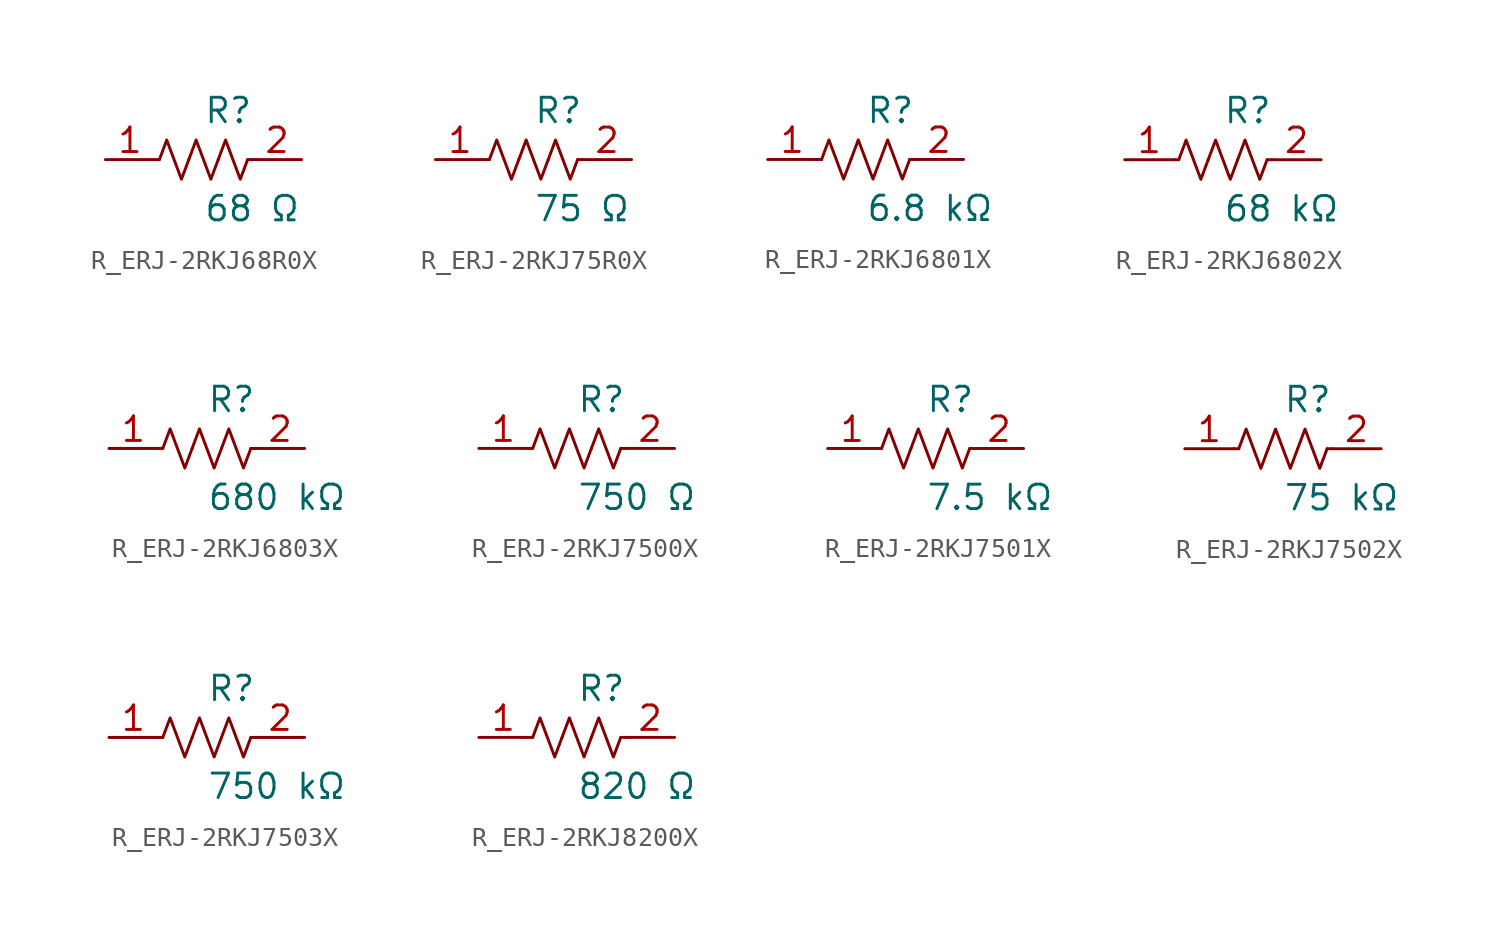
<source format=kicad_sym>
(kicad_symbol_lib
  (version 20231120)
  (generator kicad_symbol_editor)
  (generator_version 8.0)
  (symbol "R_ERJ-2RKJ68R0X"
    (pin_names
      (offset 0.254))
    (property "Reference" "R"
      (at 0.0 2.54 0)
      (effects (font (size 1.27 1.27)) (justify left)))
    (property "Value" "68 Ω"
      (at 0.0 -2.54 0)
      (effects (font (size 1.27 1.27)) (justify left)))
    (symbol "R_ERJ-2RKJ68R0X_0_1"
      (polyline (pts (xy 2.286 0) (xy 2.54 0)) (stroke (width 0) (type default)) (fill (type none)))
      (polyline (pts (xy -2.286 0) (xy -2.54 0)) (stroke (width 0) (type default)) (fill (type none)))
      (polyline (pts (xy 0.762 0) (xy 1.143 1.016) (xy 1.524 0) (xy 1.905 -1.016) (xy 2.286 0)) (stroke (width 0) (type default)) (fill (type none)))
      (polyline (pts (xy -0.762 0) (xy -0.381 1.016) (xy 0 0) (xy 0.381 -1.016) (xy 0.762 0)) (stroke (width 0) (type default)) (fill (type none)))
      (polyline (pts (xy -2.286 0) (xy -1.905 1.016) (xy -1.524 0) (xy -1.143 -1.016) (xy -0.762 0)) (stroke (width 0) (type default)) (fill (type none))))
    (pin unspecified line
      (at -5.08 0 0)
      (length 2.54)
      (name "" (effects (font (size 1.27 1.27))))
      (number "1" (effects (font (size 1.27 1.27)))))
    (pin unspecified line
      (at 5.08 0 180)
      (length 2.54)
      (name "" (effects (font (size 1.27 1.27))))
      (number "2" (effects (font (size 1.27 1.27))))))
  (symbol "R_ERJ-2RKJ75R0X"
    (pin_names
      (offset 0.254))
    (property "Reference" "R"
      (at 0.0 2.54 0)
      (effects (font (size 1.27 1.27)) (justify left)))
    (property "Value" "75 Ω"
      (at 0.0 -2.54 0)
      (effects (font (size 1.27 1.27)) (justify left)))
    (symbol "R_ERJ-2RKJ75R0X_0_1"
      (polyline (pts (xy 2.286 0) (xy 2.54 0)) (stroke (width 0) (type default)) (fill (type none)))
      (polyline (pts (xy -2.286 0) (xy -2.54 0)) (stroke (width 0) (type default)) (fill (type none)))
      (polyline (pts (xy 0.762 0) (xy 1.143 1.016) (xy 1.524 0) (xy 1.905 -1.016) (xy 2.286 0)) (stroke (width 0) (type default)) (fill (type none)))
      (polyline (pts (xy -0.762 0) (xy -0.381 1.016) (xy 0 0) (xy 0.381 -1.016) (xy 0.762 0)) (stroke (width 0) (type default)) (fill (type none)))
      (polyline (pts (xy -2.286 0) (xy -1.905 1.016) (xy -1.524 0) (xy -1.143 -1.016) (xy -0.762 0)) (stroke (width 0) (type default)) (fill (type none))))
    (pin unspecified line
      (at -5.08 0 0)
      (length 2.54)
      (name "" (effects (font (size 1.27 1.27))))
      (number "1" (effects (font (size 1.27 1.27)))))
    (pin unspecified line
      (at 5.08 0 180)
      (length 2.54)
      (name "" (effects (font (size 1.27 1.27))))
      (number "2" (effects (font (size 1.27 1.27))))))
  (symbol "R_ERJ-2RKJ6801X"
    (pin_names
      (offset 0.254))
    (property "Reference" "R"
      (at 0.0 2.54 0)
      (effects (font (size 1.27 1.27)) (justify left)))
    (property "Value" "6.8 kΩ"
      (at 0.0 -2.54 0)
      (effects (font (size 1.27 1.27)) (justify left)))
    (symbol "R_ERJ-2RKJ6801X_0_1"
      (polyline (pts (xy 2.286 0) (xy 2.54 0)) (stroke (width 0) (type default)) (fill (type none)))
      (polyline (pts (xy -2.286 0) (xy -2.54 0)) (stroke (width 0) (type default)) (fill (type none)))
      (polyline (pts (xy 0.762 0) (xy 1.143 1.016) (xy 1.524 0) (xy 1.905 -1.016) (xy 2.286 0)) (stroke (width 0) (type default)) (fill (type none)))
      (polyline (pts (xy -0.762 0) (xy -0.381 1.016) (xy 0 0) (xy 0.381 -1.016) (xy 0.762 0)) (stroke (width 0) (type default)) (fill (type none)))
      (polyline (pts (xy -2.286 0) (xy -1.905 1.016) (xy -1.524 0) (xy -1.143 -1.016) (xy -0.762 0)) (stroke (width 0) (type default)) (fill (type none))))
    (pin unspecified line
      (at -5.08 0 0)
      (length 2.54)
      (name "" (effects (font (size 1.27 1.27))))
      (number "1" (effects (font (size 1.27 1.27)))))
    (pin unspecified line
      (at 5.08 0 180)
      (length 2.54)
      (name "" (effects (font (size 1.27 1.27))))
      (number "2" (effects (font (size 1.27 1.27))))))
  (symbol "R_ERJ-2RKJ6802X"
    (pin_names
      (offset 0.254))
    (property "Reference" "R"
      (at 0.0 2.54 0)
      (effects (font (size 1.27 1.27)) (justify left)))
    (property "Value" "68 kΩ"
      (at 0.0 -2.54 0)
      (effects (font (size 1.27 1.27)) (justify left)))
    (symbol "R_ERJ-2RKJ6802X_0_1"
      (polyline (pts (xy 2.286 0) (xy 2.54 0)) (stroke (width 0) (type default)) (fill (type none)))
      (polyline (pts (xy -2.286 0) (xy -2.54 0)) (stroke (width 0) (type default)) (fill (type none)))
      (polyline (pts (xy 0.762 0) (xy 1.143 1.016) (xy 1.524 0) (xy 1.905 -1.016) (xy 2.286 0)) (stroke (width 0) (type default)) (fill (type none)))
      (polyline (pts (xy -0.762 0) (xy -0.381 1.016) (xy 0 0) (xy 0.381 -1.016) (xy 0.762 0)) (stroke (width 0) (type default)) (fill (type none)))
      (polyline (pts (xy -2.286 0) (xy -1.905 1.016) (xy -1.524 0) (xy -1.143 -1.016) (xy -0.762 0)) (stroke (width 0) (type default)) (fill (type none))))
    (pin unspecified line
      (at -5.08 0 0)
      (length 2.54)
      (name "" (effects (font (size 1.27 1.27))))
      (number "1" (effects (font (size 1.27 1.27)))))
    (pin unspecified line
      (at 5.08 0 180)
      (length 2.54)
      (name "" (effects (font (size 1.27 1.27))))
      (number "2" (effects (font (size 1.27 1.27))))))
  (symbol "R_ERJ-2RKJ6803X"
    (pin_names
      (offset 0.254))
    (property "Reference" "R"
      (at 0.0 2.54 0)
      (effects (font (size 1.27 1.27)) (justify left)))
    (property "Value" "680 kΩ"
      (at 0.0 -2.54 0)
      (effects (font (size 1.27 1.27)) (justify left)))
    (symbol "R_ERJ-2RKJ6803X_0_1"
      (polyline (pts (xy 2.286 0) (xy 2.54 0)) (stroke (width 0) (type default)) (fill (type none)))
      (polyline (pts (xy -2.286 0) (xy -2.54 0)) (stroke (width 0) (type default)) (fill (type none)))
      (polyline (pts (xy 0.762 0) (xy 1.143 1.016) (xy 1.524 0) (xy 1.905 -1.016) (xy 2.286 0)) (stroke (width 0) (type default)) (fill (type none)))
      (polyline (pts (xy -0.762 0) (xy -0.381 1.016) (xy 0 0) (xy 0.381 -1.016) (xy 0.762 0)) (stroke (width 0) (type default)) (fill (type none)))
      (polyline (pts (xy -2.286 0) (xy -1.905 1.016) (xy -1.524 0) (xy -1.143 -1.016) (xy -0.762 0)) (stroke (width 0) (type default)) (fill (type none))))
    (pin unspecified line
      (at -5.08 0 0)
      (length 2.54)
      (name "" (effects (font (size 1.27 1.27))))
      (number "1" (effects (font (size 1.27 1.27)))))
    (pin unspecified line
      (at 5.08 0 180)
      (length 2.54)
      (name "" (effects (font (size 1.27 1.27))))
      (number "2" (effects (font (size 1.27 1.27))))))
  (symbol "R_ERJ-2RKJ7500X"
    (pin_names
      (offset 0.254))
    (property "Reference" "R"
      (at 0.0 2.54 0)
      (effects (font (size 1.27 1.27)) (justify left)))
    (property "Value" "750 Ω"
      (at 0.0 -2.54 0)
      (effects (font (size 1.27 1.27)) (justify left)))
    (symbol "R_ERJ-2RKJ7500X_0_1"
      (polyline (pts (xy 2.286 0) (xy 2.54 0)) (stroke (width 0) (type default)) (fill (type none)))
      (polyline (pts (xy -2.286 0) (xy -2.54 0)) (stroke (width 0) (type default)) (fill (type none)))
      (polyline (pts (xy 0.762 0) (xy 1.143 1.016) (xy 1.524 0) (xy 1.905 -1.016) (xy 2.286 0)) (stroke (width 0) (type default)) (fill (type none)))
      (polyline (pts (xy -0.762 0) (xy -0.381 1.016) (xy 0 0) (xy 0.381 -1.016) (xy 0.762 0)) (stroke (width 0) (type default)) (fill (type none)))
      (polyline (pts (xy -2.286 0) (xy -1.905 1.016) (xy -1.524 0) (xy -1.143 -1.016) (xy -0.762 0)) (stroke (width 0) (type default)) (fill (type none))))
    (pin unspecified line
      (at -5.08 0 0)
      (length 2.54)
      (name "" (effects (font (size 1.27 1.27))))
      (number "1" (effects (font (size 1.27 1.27)))))
    (pin unspecified line
      (at 5.08 0 180)
      (length 2.54)
      (name "" (effects (font (size 1.27 1.27))))
      (number "2" (effects (font (size 1.27 1.27))))))
  (symbol "R_ERJ-2RKJ7501X"
    (pin_names
      (offset 0.254))
    (property "Reference" "R"
      (at 0.0 2.54 0)
      (effects (font (size 1.27 1.27)) (justify left)))
    (property "Value" "7.5 kΩ"
      (at 0.0 -2.54 0)
      (effects (font (size 1.27 1.27)) (justify left)))
    (symbol "R_ERJ-2RKJ7501X_0_1"
      (polyline (pts (xy 2.286 0) (xy 2.54 0)) (stroke (width 0) (type default)) (fill (type none)))
      (polyline (pts (xy -2.286 0) (xy -2.54 0)) (stroke (width 0) (type default)) (fill (type none)))
      (polyline (pts (xy 0.762 0) (xy 1.143 1.016) (xy 1.524 0) (xy 1.905 -1.016) (xy 2.286 0)) (stroke (width 0) (type default)) (fill (type none)))
      (polyline (pts (xy -0.762 0) (xy -0.381 1.016) (xy 0 0) (xy 0.381 -1.016) (xy 0.762 0)) (stroke (width 0) (type default)) (fill (type none)))
      (polyline (pts (xy -2.286 0) (xy -1.905 1.016) (xy -1.524 0) (xy -1.143 -1.016) (xy -0.762 0)) (stroke (width 0) (type default)) (fill (type none))))
    (pin unspecified line
      (at -5.08 0 0)
      (length 2.54)
      (name "" (effects (font (size 1.27 1.27))))
      (number "1" (effects (font (size 1.27 1.27)))))
    (pin unspecified line
      (at 5.08 0 180)
      (length 2.54)
      (name "" (effects (font (size 1.27 1.27))))
      (number "2" (effects (font (size 1.27 1.27))))))
  (symbol "R_ERJ-2RKJ7502X"
    (pin_names
      (offset 0.254))
    (property "Reference" "R"
      (at 0.0 2.54 0)
      (effects (font (size 1.27 1.27)) (justify left)))
    (property "Value" "75 kΩ"
      (at 0.0 -2.54 0)
      (effects (font (size 1.27 1.27)) (justify left)))
    (symbol "R_ERJ-2RKJ7502X_0_1"
      (polyline (pts (xy 2.286 0) (xy 2.54 0)) (stroke (width 0) (type default)) (fill (type none)))
      (polyline (pts (xy -2.286 0) (xy -2.54 0)) (stroke (width 0) (type default)) (fill (type none)))
      (polyline (pts (xy 0.762 0) (xy 1.143 1.016) (xy 1.524 0) (xy 1.905 -1.016) (xy 2.286 0)) (stroke (width 0) (type default)) (fill (type none)))
      (polyline (pts (xy -0.762 0) (xy -0.381 1.016) (xy 0 0) (xy 0.381 -1.016) (xy 0.762 0)) (stroke (width 0) (type default)) (fill (type none)))
      (polyline (pts (xy -2.286 0) (xy -1.905 1.016) (xy -1.524 0) (xy -1.143 -1.016) (xy -0.762 0)) (stroke (width 0) (type default)) (fill (type none))))
    (pin unspecified line
      (at -5.08 0 0)
      (length 2.54)
      (name "" (effects (font (size 1.27 1.27))))
      (number "1" (effects (font (size 1.27 1.27)))))
    (pin unspecified line
      (at 5.08 0 180)
      (length 2.54)
      (name "" (effects (font (size 1.27 1.27))))
      (number "2" (effects (font (size 1.27 1.27))))))
  (symbol "R_ERJ-2RKJ7503X"
    (pin_names
      (offset 0.254))
    (property "Reference" "R"
      (at 0.0 2.54 0)
      (effects (font (size 1.27 1.27)) (justify left)))
    (property "Value" "750 kΩ"
      (at 0.0 -2.54 0)
      (effects (font (size 1.27 1.27)) (justify left)))
    (symbol "R_ERJ-2RKJ7503X_0_1"
      (polyline (pts (xy 2.286 0) (xy 2.54 0)) (stroke (width 0) (type default)) (fill (type none)))
      (polyline (pts (xy -2.286 0) (xy -2.54 0)) (stroke (width 0) (type default)) (fill (type none)))
      (polyline (pts (xy 0.762 0) (xy 1.143 1.016) (xy 1.524 0) (xy 1.905 -1.016) (xy 2.286 0)) (stroke (width 0) (type default)) (fill (type none)))
      (polyline (pts (xy -0.762 0) (xy -0.381 1.016) (xy 0 0) (xy 0.381 -1.016) (xy 0.762 0)) (stroke (width 0) (type default)) (fill (type none)))
      (polyline (pts (xy -2.286 0) (xy -1.905 1.016) (xy -1.524 0) (xy -1.143 -1.016) (xy -0.762 0)) (stroke (width 0) (type default)) (fill (type none))))
    (pin unspecified line
      (at -5.08 0 0)
      (length 2.54)
      (name "" (effects (font (size 1.27 1.27))))
      (number "1" (effects (font (size 1.27 1.27)))))
    (pin unspecified line
      (at 5.08 0 180)
      (length 2.54)
      (name "" (effects (font (size 1.27 1.27))))
      (number "2" (effects (font (size 1.27 1.27))))))
  (symbol "R_ERJ-2RKJ8200X"
    (pin_names
      (offset 0.254))
    (property "Reference" "R"
      (at 0.0 2.54 0)
      (effects (font (size 1.27 1.27)) (justify left)))
    (property "Value" "820 Ω"
      (at 0.0 -2.54 0)
      (effects (font (size 1.27 1.27)) (justify left)))
    (symbol "R_ERJ-2RKJ8200X_0_1"
      (polyline (pts (xy 2.286 0) (xy 2.54 0)) (stroke (width 0) (type default)) (fill (type none)))
      (polyline (pts (xy -2.286 0) (xy -2.54 0)) (stroke (width 0) (type default)) (fill (type none)))
      (polyline (pts (xy 0.762 0) (xy 1.143 1.016) (xy 1.524 0) (xy 1.905 -1.016) (xy 2.286 0)) (stroke (width 0) (type default)) (fill (type none)))
      (polyline (pts (xy -0.762 0) (xy -0.381 1.016) (xy 0 0) (xy 0.381 -1.016) (xy 0.762 0)) (stroke (width 0) (type default)) (fill (type none)))
      (polyline (pts (xy -2.286 0) (xy -1.905 1.016) (xy -1.524 0) (xy -1.143 -1.016) (xy -0.762 0)) (stroke (width 0) (type default)) (fill (type none))))
    (pin unspecified line
      (at -5.08 0 0)
      (length 2.54)
      (name "" (effects (font (size 1.27 1.27))))
      (number "1" (effects (font (size 1.27 1.27)))))
    (pin unspecified line
      (at 5.08 0 180)
      (length 2.54)
      (name "" (effects (font (size 1.27 1.27))))
      (number "2" (effects (font (size 1.27 1.27)))))))
</source>
